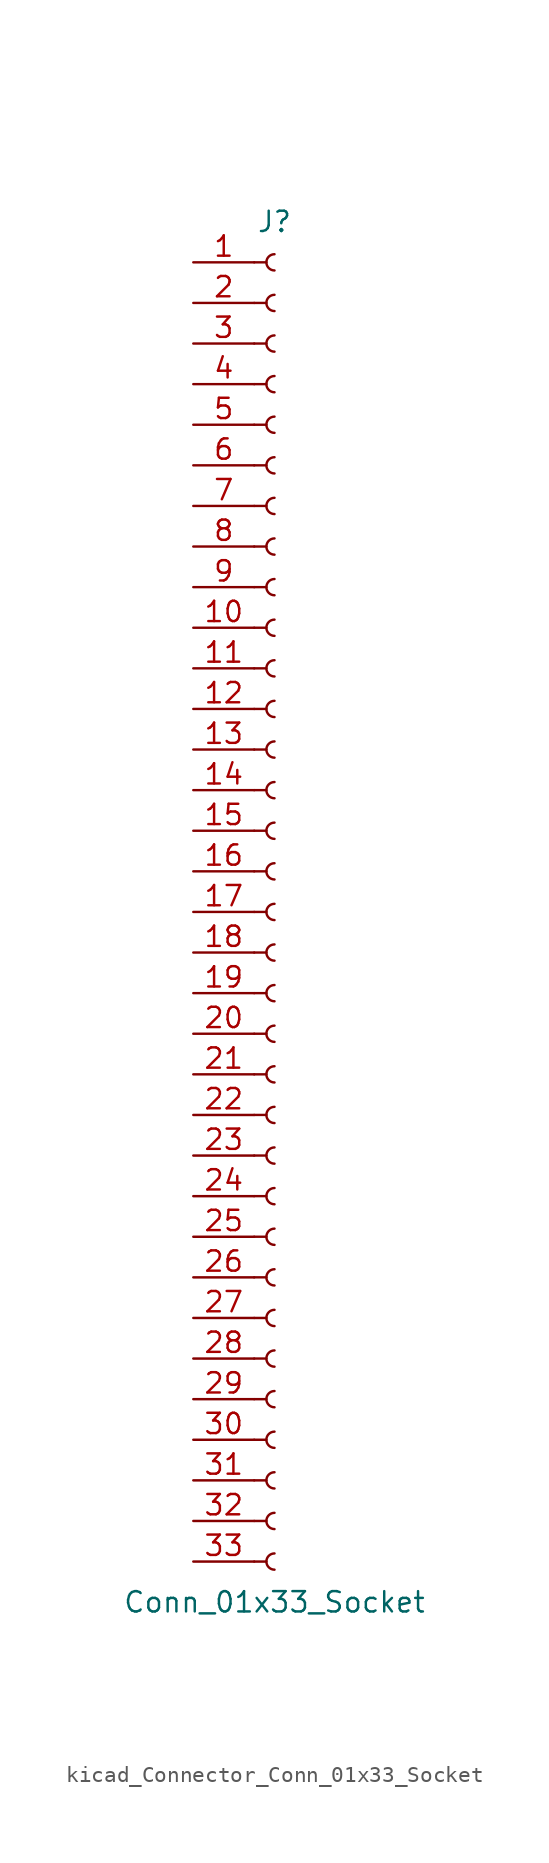
<source format=kicad_sym>
(kicad_symbol_lib
  (version 20220914)
  (generator kicad_symbol_editor)
  (symbol "kicad_Connector_Conn_01x33_Socket"
    (pin_names
      (offset 1.016) hide)
    (property "Reference" "J"
      (at 0 43.18 0)
      (effects (font (size 1.27 1.27))))
    (property "Value" "Conn_01x33_Socket"
      (at 0 -43.18 0)
      (effects (font (size 1.27 1.27))))
    (property "ki_locked" ""
      (at 0 0 0)
      (effects (font (size 1.27 1.27))))
    (symbol "kicad_Connector_Conn_01x33_Socket_1_1"
      (arc (start 0 -40.132) (mid -0.5058 -40.64) (end 0 -41.148) (stroke (width 0.1524) (type default)) (fill (type none)))
      (arc (start 0 -37.592) (mid -0.5058 -38.1) (end 0 -38.608) (stroke (width 0.1524) (type default)) (fill (type none)))
      (arc (start 0 -35.052) (mid -0.5058 -35.56) (end 0 -36.068) (stroke (width 0.1524) (type default)) (fill (type none)))
      (arc (start 0 -32.512) (mid -0.5058 -33.02) (end 0 -33.528) (stroke (width 0.1524) (type default)) (fill (type none)))
      (arc (start 0 -29.972) (mid -0.5058 -30.48) (end 0 -30.988) (stroke (width 0.1524) (type default)) (fill (type none)))
      (arc (start 0 -27.432) (mid -0.5058 -27.94) (end 0 -28.448) (stroke (width 0.1524) (type default)) (fill (type none)))
      (arc (start 0 -24.892) (mid -0.5058 -25.4) (end 0 -25.908) (stroke (width 0.1524) (type default)) (fill (type none)))
      (arc (start 0 -22.352) (mid -0.5058 -22.86) (end 0 -23.368) (stroke (width 0.1524) (type default)) (fill (type none)))
      (arc (start 0 -19.812) (mid -0.5058 -20.32) (end 0 -20.828) (stroke (width 0.1524) (type default)) (fill (type none)))
      (arc (start 0 -17.272) (mid -0.5058 -17.78) (end 0 -18.288) (stroke (width 0.1524) (type default)) (fill (type none)))
      (arc (start 0 -14.732) (mid -0.5058 -15.24) (end 0 -15.748) (stroke (width 0.1524) (type default)) (fill (type none)))
      (arc (start 0 -12.192) (mid -0.5058 -12.7) (end 0 -13.208) (stroke (width 0.1524) (type default)) (fill (type none)))
      (arc (start 0 -9.652) (mid -0.5058 -10.16) (end 0 -10.668) (stroke (width 0.1524) (type default)) (fill (type none)))
      (arc (start 0 -7.112) (mid -0.5058 -7.62) (end 0 -8.128) (stroke (width 0.1524) (type default)) (fill (type none)))
      (arc (start 0 -4.572) (mid -0.5058 -5.08) (end 0 -5.588) (stroke (width 0.1524) (type default)) (fill (type none)))
      (arc (start 0 -2.032) (mid -0.5058 -2.54) (end 0 -3.048) (stroke (width 0.1524) (type default)) (fill (type none)))
      (polyline (pts (xy -1.27 -40.64) (xy -0.508 -40.64)) (stroke (width 0.152) (type default)) (fill (type none)))
      (polyline (pts (xy -1.27 -38.1) (xy -0.508 -38.1)) (stroke (width 0.152) (type default)) (fill (type none)))
      (polyline (pts (xy -1.27 -35.56) (xy -0.508 -35.56)) (stroke (width 0.152) (type default)) (fill (type none)))
      (polyline (pts (xy -1.27 -33.02) (xy -0.508 -33.02)) (stroke (width 0.152) (type default)) (fill (type none)))
      (polyline (pts (xy -1.27 -30.48) (xy -0.508 -30.48)) (stroke (width 0.152) (type default)) (fill (type none)))
      (polyline (pts (xy -1.27 -27.94) (xy -0.508 -27.94)) (stroke (width 0.152) (type default)) (fill (type none)))
      (polyline (pts (xy -1.27 -25.4) (xy -0.508 -25.4)) (stroke (width 0.152) (type default)) (fill (type none)))
      (polyline (pts (xy -1.27 -22.86) (xy -0.508 -22.86)) (stroke (width 0.152) (type default)) (fill (type none)))
      (polyline (pts (xy -1.27 -20.32) (xy -0.508 -20.32)) (stroke (width 0.152) (type default)) (fill (type none)))
      (polyline (pts (xy -1.27 -17.78) (xy -0.508 -17.78)) (stroke (width 0.152) (type default)) (fill (type none)))
      (polyline (pts (xy -1.27 -15.24) (xy -0.508 -15.24)) (stroke (width 0.152) (type default)) (fill (type none)))
      (polyline (pts (xy -1.27 -12.7) (xy -0.508 -12.7)) (stroke (width 0.152) (type default)) (fill (type none)))
      (polyline (pts (xy -1.27 -10.16) (xy -0.508 -10.16)) (stroke (width 0.152) (type default)) (fill (type none)))
      (polyline (pts (xy -1.27 -7.62) (xy -0.508 -7.62)) (stroke (width 0.152) (type default)) (fill (type none)))
      (polyline (pts (xy -1.27 -5.08) (xy -0.508 -5.08)) (stroke (width 0.152) (type default)) (fill (type none)))
      (polyline (pts (xy -1.27 -2.54) (xy -0.508 -2.54)) (stroke (width 0.152) (type default)) (fill (type none)))
      (polyline (pts (xy -1.27 0) (xy -0.508 0)) (stroke (width 0.152) (type default)) (fill (type none)))
      (polyline (pts (xy -1.27 2.54) (xy -0.508 2.54)) (stroke (width 0.152) (type default)) (fill (type none)))
      (polyline (pts (xy -1.27 5.08) (xy -0.508 5.08)) (stroke (width 0.152) (type default)) (fill (type none)))
      (polyline (pts (xy -1.27 7.62) (xy -0.508 7.62)) (stroke (width 0.152) (type default)) (fill (type none)))
      (polyline (pts (xy -1.27 10.16) (xy -0.508 10.16)) (stroke (width 0.152) (type default)) (fill (type none)))
      (polyline (pts (xy -1.27 12.7) (xy -0.508 12.7)) (stroke (width 0.152) (type default)) (fill (type none)))
      (polyline (pts (xy -1.27 15.24) (xy -0.508 15.24)) (stroke (width 0.152) (type default)) (fill (type none)))
      (polyline (pts (xy -1.27 17.78) (xy -0.508 17.78)) (stroke (width 0.152) (type default)) (fill (type none)))
      (polyline (pts (xy -1.27 20.32) (xy -0.508 20.32)) (stroke (width 0.152) (type default)) (fill (type none)))
      (polyline (pts (xy -1.27 22.86) (xy -0.508 22.86)) (stroke (width 0.152) (type default)) (fill (type none)))
      (polyline (pts (xy -1.27 25.4) (xy -0.508 25.4)) (stroke (width 0.152) (type default)) (fill (type none)))
      (polyline (pts (xy -1.27 27.94) (xy -0.508 27.94)) (stroke (width 0.152) (type default)) (fill (type none)))
      (polyline (pts (xy -1.27 30.48) (xy -0.508 30.48)) (stroke (width 0.152) (type default)) (fill (type none)))
      (polyline (pts (xy -1.27 33.02) (xy -0.508 33.02)) (stroke (width 0.152) (type default)) (fill (type none)))
      (polyline (pts (xy -1.27 35.56) (xy -0.508 35.56)) (stroke (width 0.152) (type default)) (fill (type none)))
      (polyline (pts (xy -1.27 38.1) (xy -0.508 38.1)) (stroke (width 0.152) (type default)) (fill (type none)))
      (polyline (pts (xy -1.27 40.64) (xy -0.508 40.64)) (stroke (width 0.152) (type default)) (fill (type none)))
      (arc (start 0 0.508) (mid -0.5058 0) (end 0 -0.508) (stroke (width 0.1524) (type default)) (fill (type none)))
      (arc (start 0 3.048) (mid -0.5058 2.54) (end 0 2.032) (stroke (width 0.1524) (type default)) (fill (type none)))
      (arc (start 0 5.588) (mid -0.5058 5.08) (end 0 4.572) (stroke (width 0.1524) (type default)) (fill (type none)))
      (arc (start 0 8.128) (mid -0.5058 7.62) (end 0 7.112) (stroke (width 0.1524) (type default)) (fill (type none)))
      (arc (start 0 10.668) (mid -0.5058 10.16) (end 0 9.652) (stroke (width 0.1524) (type default)) (fill (type none)))
      (arc (start 0 13.208) (mid -0.5058 12.7) (end 0 12.192) (stroke (width 0.1524) (type default)) (fill (type none)))
      (arc (start 0 15.748) (mid -0.5058 15.24) (end 0 14.732) (stroke (width 0.1524) (type default)) (fill (type none)))
      (arc (start 0 18.288) (mid -0.5058 17.78) (end 0 17.272) (stroke (width 0.1524) (type default)) (fill (type none)))
      (arc (start 0 20.828) (mid -0.5058 20.32) (end 0 19.812) (stroke (width 0.1524) (type default)) (fill (type none)))
      (arc (start 0 23.368) (mid -0.5058 22.86) (end 0 22.352) (stroke (width 0.1524) (type default)) (fill (type none)))
      (arc (start 0 25.908) (mid -0.5058 25.4) (end 0 24.892) (stroke (width 0.1524) (type default)) (fill (type none)))
      (arc (start 0 28.448) (mid -0.5058 27.94) (end 0 27.432) (stroke (width 0.1524) (type default)) (fill (type none)))
      (arc (start 0 30.988) (mid -0.5058 30.48) (end 0 29.972) (stroke (width 0.1524) (type default)) (fill (type none)))
      (arc (start 0 33.528) (mid -0.5058 33.02) (end 0 32.512) (stroke (width 0.1524) (type default)) (fill (type none)))
      (arc (start 0 36.068) (mid -0.5058 35.56) (end 0 35.052) (stroke (width 0.1524) (type default)) (fill (type none)))
      (arc (start 0 38.608) (mid -0.5058 38.1) (end 0 37.592) (stroke (width 0.1524) (type default)) (fill (type none)))
      (arc (start 0 41.148) (mid -0.5058 40.64) (end 0 40.132) (stroke (width 0.1524) (type default)) (fill (type none)))
      (pin passive line (at -5.08 40.64 0) (length 3.81) (name "Pin_1" (effects (font (size 1.27 1.27)))) (number "1" (effects (font (size 1.27 1.27)))))
      (pin passive line (at -5.08 17.78 0) (length 3.81) (name "Pin_10" (effects (font (size 1.27 1.27)))) (number "10" (effects (font (size 1.27 1.27)))))
      (pin passive line (at -5.08 15.24 0) (length 3.81) (name "Pin_11" (effects (font (size 1.27 1.27)))) (number "11" (effects (font (size 1.27 1.27)))))
      (pin passive line (at -5.08 12.7 0) (length 3.81) (name "Pin_12" (effects (font (size 1.27 1.27)))) (number "12" (effects (font (size 1.27 1.27)))))
      (pin passive line (at -5.08 10.16 0) (length 3.81) (name "Pin_13" (effects (font (size 1.27 1.27)))) (number "13" (effects (font (size 1.27 1.27)))))
      (pin passive line (at -5.08 7.62 0) (length 3.81) (name "Pin_14" (effects (font (size 1.27 1.27)))) (number "14" (effects (font (size 1.27 1.27)))))
      (pin passive line (at -5.08 5.08 0) (length 3.81) (name "Pin_15" (effects (font (size 1.27 1.27)))) (number "15" (effects (font (size 1.27 1.27)))))
      (pin passive line (at -5.08 2.54 0) (length 3.81) (name "Pin_16" (effects (font (size 1.27 1.27)))) (number "16" (effects (font (size 1.27 1.27)))))
      (pin passive line (at -5.08 0 0) (length 3.81) (name "Pin_17" (effects (font (size 1.27 1.27)))) (number "17" (effects (font (size 1.27 1.27)))))
      (pin passive line (at -5.08 -2.54 0) (length 3.81) (name "Pin_18" (effects (font (size 1.27 1.27)))) (number "18" (effects (font (size 1.27 1.27)))))
      (pin passive line (at -5.08 -5.08 0) (length 3.81) (name "Pin_19" (effects (font (size 1.27 1.27)))) (number "19" (effects (font (size 1.27 1.27)))))
      (pin passive line (at -5.08 38.1 0) (length 3.81) (name "Pin_2" (effects (font (size 1.27 1.27)))) (number "2" (effects (font (size 1.27 1.27)))))
      (pin passive line (at -5.08 -7.62 0) (length 3.81) (name "Pin_20" (effects (font (size 1.27 1.27)))) (number "20" (effects (font (size 1.27 1.27)))))
      (pin passive line (at -5.08 -10.16 0) (length 3.81) (name "Pin_21" (effects (font (size 1.27 1.27)))) (number "21" (effects (font (size 1.27 1.27)))))
      (pin passive line (at -5.08 -12.7 0) (length 3.81) (name "Pin_22" (effects (font (size 1.27 1.27)))) (number "22" (effects (font (size 1.27 1.27)))))
      (pin passive line (at -5.08 -15.24 0) (length 3.81) (name "Pin_23" (effects (font (size 1.27 1.27)))) (number "23" (effects (font (size 1.27 1.27)))))
      (pin passive line (at -5.08 -17.78 0) (length 3.81) (name "Pin_24" (effects (font (size 1.27 1.27)))) (number "24" (effects (font (size 1.27 1.27)))))
      (pin passive line (at -5.08 -20.32 0) (length 3.81) (name "Pin_25" (effects (font (size 1.27 1.27)))) (number "25" (effects (font (size 1.27 1.27)))))
      (pin passive line (at -5.08 -22.86 0) (length 3.81) (name "Pin_26" (effects (font (size 1.27 1.27)))) (number "26" (effects (font (size 1.27 1.27)))))
      (pin passive line (at -5.08 -25.4 0) (length 3.81) (name "Pin_27" (effects (font (size 1.27 1.27)))) (number "27" (effects (font (size 1.27 1.27)))))
      (pin passive line (at -5.08 -27.94 0) (length 3.81) (name "Pin_28" (effects (font (size 1.27 1.27)))) (number "28" (effects (font (size 1.27 1.27)))))
      (pin passive line (at -5.08 -30.48 0) (length 3.81) (name "Pin_29" (effects (font (size 1.27 1.27)))) (number "29" (effects (font (size 1.27 1.27)))))
      (pin passive line (at -5.08 35.56 0) (length 3.81) (name "Pin_3" (effects (font (size 1.27 1.27)))) (number "3" (effects (font (size 1.27 1.27)))))
      (pin passive line (at -5.08 -33.02 0) (length 3.81) (name "Pin_30" (effects (font (size 1.27 1.27)))) (number "30" (effects (font (size 1.27 1.27)))))
      (pin passive line (at -5.08 -35.56 0) (length 3.81) (name "Pin_31" (effects (font (size 1.27 1.27)))) (number "31" (effects (font (size 1.27 1.27)))))
      (pin passive line (at -5.08 -38.1 0) (length 3.81) (name "Pin_32" (effects (font (size 1.27 1.27)))) (number "32" (effects (font (size 1.27 1.27)))))
      (pin passive line (at -5.08 -40.64 0) (length 3.81) (name "Pin_33" (effects (font (size 1.27 1.27)))) (number "33" (effects (font (size 1.27 1.27)))))
      (pin passive line (at -5.08 33.02 0) (length 3.81) (name "Pin_4" (effects (font (size 1.27 1.27)))) (number "4" (effects (font (size 1.27 1.27)))))
      (pin passive line (at -5.08 30.48 0) (length 3.81) (name "Pin_5" (effects (font (size 1.27 1.27)))) (number "5" (effects (font (size 1.27 1.27)))))
      (pin passive line (at -5.08 27.94 0) (length 3.81) (name "Pin_6" (effects (font (size 1.27 1.27)))) (number "6" (effects (font (size 1.27 1.27)))))
      (pin passive line (at -5.08 25.4 0) (length 3.81) (name "Pin_7" (effects (font (size 1.27 1.27)))) (number "7" (effects (font (size 1.27 1.27)))))
      (pin passive line (at -5.08 22.86 0) (length 3.81) (name "Pin_8" (effects (font (size 1.27 1.27)))) (number "8" (effects (font (size 1.27 1.27)))))
      (pin passive line (at -5.08 20.32 0) (length 3.81) (name "Pin_9" (effects (font (size 1.27 1.27)))) (number "9" (effects (font (size 1.27 1.27))))))))
</source>
